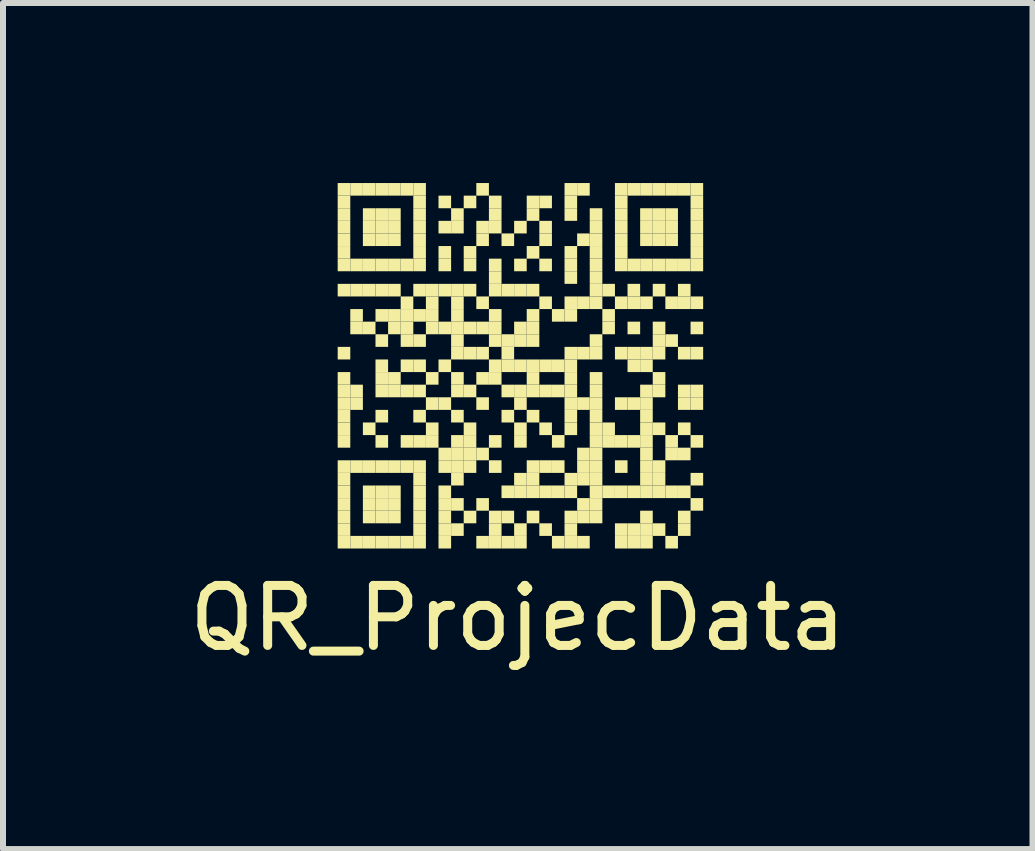
<source format=kicad_pcb>
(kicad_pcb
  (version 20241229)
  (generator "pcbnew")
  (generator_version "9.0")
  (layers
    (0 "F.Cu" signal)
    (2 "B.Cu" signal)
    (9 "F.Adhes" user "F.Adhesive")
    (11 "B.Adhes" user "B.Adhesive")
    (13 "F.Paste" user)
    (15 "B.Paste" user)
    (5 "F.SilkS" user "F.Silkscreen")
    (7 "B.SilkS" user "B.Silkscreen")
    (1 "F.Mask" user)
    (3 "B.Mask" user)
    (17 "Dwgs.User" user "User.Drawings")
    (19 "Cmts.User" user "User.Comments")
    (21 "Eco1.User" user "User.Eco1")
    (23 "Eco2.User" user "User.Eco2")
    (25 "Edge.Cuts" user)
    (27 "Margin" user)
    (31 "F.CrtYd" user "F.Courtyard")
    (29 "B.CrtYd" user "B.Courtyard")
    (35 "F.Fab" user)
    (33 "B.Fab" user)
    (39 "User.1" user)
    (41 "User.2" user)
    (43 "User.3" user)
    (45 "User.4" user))
  (footprint "QR_ProjecData"
    (layer "F.Cu")
    (at 5.577 3)
    (property "Reference" "QR_ProjecData" (at 0 4.25 0) (layer "F.SilkS") (effects (font (size 1 1) (thickness 0.15))))
    (attr exclude_from_pos_files exclude_from_bom)
    (fp_poly (pts (xy -3 -3) (xy -3 -2.79) (xy -2.79 -2.79) (xy -2.79 -3)) (stroke (width 0) (type solid)) (fill yes) (layer "F.SilkS"))
    (fp_poly (pts (xy -3 -2.79) (xy -3 -2.58) (xy -2.79 -2.58) (xy -2.79 -2.79)) (stroke (width 0) (type solid)) (fill yes) (layer "F.SilkS"))
    (fp_poly (pts (xy -3 -2.58) (xy -3 -2.37) (xy -2.79 -2.37) (xy -2.79 -2.58)) (stroke (width 0) (type solid)) (fill yes) (layer "F.SilkS"))
    (fp_poly (pts (xy -3 -2.37) (xy -3 -2.16) (xy -2.79 -2.16) (xy -2.79 -2.37)) (stroke (width 0) (type solid)) (fill yes) (layer "F.SilkS"))
    (fp_poly (pts (xy -3 -2.16) (xy -3 -1.95) (xy -2.79 -1.95) (xy -2.79 -2.16)) (stroke (width 0) (type solid)) (fill yes) (layer "F.SilkS"))
    (fp_poly (pts (xy -3 -1.95) (xy -3 -1.74) (xy -2.79 -1.74) (xy -2.79 -1.95)) (stroke (width 0) (type solid)) (fill yes) (layer "F.SilkS"))
    (fp_poly (pts (xy -3 -1.74) (xy -3 -1.53) (xy -2.79 -1.53) (xy -2.79 -1.74)) (stroke (width 0) (type solid)) (fill yes) (layer "F.SilkS"))
    (fp_poly (pts (xy -3 -1.32) (xy -3 -1.11) (xy -2.79 -1.11) (xy -2.79 -1.32)) (stroke (width 0) (type solid)) (fill yes) (layer "F.SilkS"))
    (fp_poly (pts (xy -3 -0.27) (xy -3 -0.06) (xy -2.79 -0.06) (xy -2.79 -0.27)) (stroke (width 0) (type solid)) (fill yes) (layer "F.SilkS"))
    (fp_poly (pts (xy -3 0.15) (xy -3 0.36) (xy -2.79 0.36) (xy -2.79 0.15)) (stroke (width 0) (type solid)) (fill yes) (layer "F.SilkS"))
    (fp_poly (pts (xy -3 0.36) (xy -3 0.57) (xy -2.79 0.57) (xy -2.79 0.36)) (stroke (width 0) (type solid)) (fill yes) (layer "F.SilkS"))
    (fp_poly (pts (xy -3 0.57) (xy -3 0.78) (xy -2.79 0.78) (xy -2.79 0.57)) (stroke (width 0) (type solid)) (fill yes) (layer "F.SilkS"))
    (fp_poly (pts (xy -3 0.78) (xy -3 0.99) (xy -2.79 0.99) (xy -2.79 0.78)) (stroke (width 0) (type solid)) (fill yes) (layer "F.SilkS"))
    (fp_poly (pts (xy -3 0.99) (xy -3 1.2) (xy -2.79 1.2) (xy -2.79 0.99)) (stroke (width 0) (type solid)) (fill yes) (layer "F.SilkS"))
    (fp_poly (pts (xy -3 1.2) (xy -3 1.41) (xy -2.79 1.41) (xy -2.79 1.2)) (stroke (width 0) (type solid)) (fill yes) (layer "F.SilkS"))
    (fp_poly (pts (xy -3 1.62) (xy -3 1.83) (xy -2.79 1.83) (xy -2.79 1.62)) (stroke (width 0) (type solid)) (fill yes) (layer "F.SilkS"))
    (fp_poly (pts (xy -3 1.83) (xy -3 2.04) (xy -2.79 2.04) (xy -2.79 1.83)) (stroke (width 0) (type solid)) (fill yes) (layer "F.SilkS"))
    (fp_poly (pts (xy -3 2.04) (xy -3 2.25) (xy -2.79 2.25) (xy -2.79 2.04)) (stroke (width 0) (type solid)) (fill yes) (layer "F.SilkS"))
    (fp_poly (pts (xy -3 2.25) (xy -3 2.46) (xy -2.79 2.46) (xy -2.79 2.25)) (stroke (width 0) (type solid)) (fill yes) (layer "F.SilkS"))
    (fp_poly (pts (xy -3 2.46) (xy -3 2.67) (xy -2.79 2.67) (xy -2.79 2.46)) (stroke (width 0) (type solid)) (fill yes) (layer "F.SilkS"))
    (fp_poly (pts (xy -3 2.67) (xy -3 2.88) (xy -2.79 2.88) (xy -2.79 2.67)) (stroke (width 0) (type solid)) (fill yes) (layer "F.SilkS"))
    (fp_poly (pts (xy -3 2.88) (xy -3 3.09) (xy -2.79 3.09) (xy -2.79 2.88)) (stroke (width 0) (type solid)) (fill yes) (layer "F.SilkS"))
    (fp_poly (pts (xy -2.79 -3) (xy -2.79 -2.79) (xy -2.58 -2.79) (xy -2.58 -3)) (stroke (width 0) (type solid)) (fill yes) (layer "F.SilkS"))
    (fp_poly (pts (xy -2.79 -1.74) (xy -2.79 -1.53) (xy -2.58 -1.53) (xy -2.58 -1.74)) (stroke (width 0) (type solid)) (fill yes) (layer "F.SilkS"))
    (fp_poly (pts (xy -2.79 -1.32) (xy -2.79 -1.11) (xy -2.58 -1.11) (xy -2.58 -1.32)) (stroke (width 0) (type solid)) (fill yes) (layer "F.SilkS"))
    (fp_poly (pts (xy -2.79 -0.9) (xy -2.79 -0.69) (xy -2.58 -0.69) (xy -2.58 -0.9)) (stroke (width 0) (type solid)) (fill yes) (layer "F.SilkS"))
    (fp_poly (pts (xy -2.79 -0.69) (xy -2.79 -0.48) (xy -2.58 -0.48) (xy -2.58 -0.69)) (stroke (width 0) (type solid)) (fill yes) (layer "F.SilkS"))
    (fp_poly (pts (xy -2.79 0.36) (xy -2.79 0.57) (xy -2.58 0.57) (xy -2.58 0.36)) (stroke (width 0) (type solid)) (fill yes) (layer "F.SilkS"))
    (fp_poly (pts (xy -2.79 0.57) (xy -2.79 0.78) (xy -2.58 0.78) (xy -2.58 0.57)) (stroke (width 0) (type solid)) (fill yes) (layer "F.SilkS"))
    (fp_poly (pts (xy -2.79 1.62) (xy -2.79 1.83) (xy -2.58 1.83) (xy -2.58 1.62)) (stroke (width 0) (type solid)) (fill yes) (layer "F.SilkS"))
    (fp_poly (pts (xy -2.79 2.88) (xy -2.79 3.09) (xy -2.58 3.09) (xy -2.58 2.88)) (stroke (width 0) (type solid)) (fill yes) (layer "F.SilkS"))
    (fp_poly (pts (xy -2.58 -3) (xy -2.58 -2.79) (xy -2.37 -2.79) (xy -2.37 -3)) (stroke (width 0) (type solid)) (fill yes) (layer "F.SilkS"))
    (fp_poly (pts (xy -2.58 -2.58) (xy -2.58 -2.37) (xy -2.37 -2.37) (xy -2.37 -2.58)) (stroke (width 0) (type solid)) (fill yes) (layer "F.SilkS"))
    (fp_poly (pts (xy -2.58 -2.37) (xy -2.58 -2.16) (xy -2.37 -2.16) (xy -2.37 -2.37)) (stroke (width 0) (type solid)) (fill yes) (layer "F.SilkS"))
    (fp_poly (pts (xy -2.58 -2.16) (xy -2.58 -1.95) (xy -2.37 -1.95) (xy -2.37 -2.16)) (stroke (width 0) (type solid)) (fill yes) (layer "F.SilkS"))
    (fp_poly (pts (xy -2.58 -1.74) (xy -2.58 -1.53) (xy -2.37 -1.53) (xy -2.37 -1.74)) (stroke (width 0) (type solid)) (fill yes) (layer "F.SilkS"))
    (fp_poly (pts (xy -2.58 -1.32) (xy -2.58 -1.11) (xy -2.37 -1.11) (xy -2.37 -1.32)) (stroke (width 0) (type solid)) (fill yes) (layer "F.SilkS"))
    (fp_poly (pts (xy -2.58 -0.69) (xy -2.58 -0.48) (xy -2.37 -0.48) (xy -2.37 -0.69)) (stroke (width 0) (type solid)) (fill yes) (layer "F.SilkS"))
    (fp_poly (pts (xy -2.58 0.99) (xy -2.58 1.2) (xy -2.37 1.2) (xy -2.37 0.99)) (stroke (width 0) (type solid)) (fill yes) (layer "F.SilkS"))
    (fp_poly (pts (xy -2.58 1.62) (xy -2.58 1.83) (xy -2.37 1.83) (xy -2.37 1.62)) (stroke (width 0) (type solid)) (fill yes) (layer "F.SilkS"))
    (fp_poly (pts (xy -2.58 2.04) (xy -2.58 2.25) (xy -2.37 2.25) (xy -2.37 2.04)) (stroke (width 0) (type solid)) (fill yes) (layer "F.SilkS"))
    (fp_poly (pts (xy -2.58 2.25) (xy -2.58 2.46) (xy -2.37 2.46) (xy -2.37 2.25)) (stroke (width 0) (type solid)) (fill yes) (layer "F.SilkS"))
    (fp_poly (pts (xy -2.58 2.46) (xy -2.58 2.67) (xy -2.37 2.67) (xy -2.37 2.46)) (stroke (width 0) (type solid)) (fill yes) (layer "F.SilkS"))
    (fp_poly (pts (xy -2.58 2.88) (xy -2.58 3.09) (xy -2.37 3.09) (xy -2.37 2.88)) (stroke (width 0) (type solid)) (fill yes) (layer "F.SilkS"))
    (fp_poly (pts (xy -2.37 -3) (xy -2.37 -2.79) (xy -2.16 -2.79) (xy -2.16 -3)) (stroke (width 0) (type solid)) (fill yes) (layer "F.SilkS"))
    (fp_poly (pts (xy -2.37 -2.58) (xy -2.37 -2.37) (xy -2.16 -2.37) (xy -2.16 -2.58)) (stroke (width 0) (type solid)) (fill yes) (layer "F.SilkS"))
    (fp_poly (pts (xy -2.37 -2.37) (xy -2.37 -2.16) (xy -2.16 -2.16) (xy -2.16 -2.37)) (stroke (width 0) (type solid)) (fill yes) (layer "F.SilkS"))
    (fp_poly (pts (xy -2.37 -2.16) (xy -2.37 -1.95) (xy -2.16 -1.95) (xy -2.16 -2.16)) (stroke (width 0) (type solid)) (fill yes) (layer "F.SilkS"))
    (fp_poly (pts (xy -2.37 -1.74) (xy -2.37 -1.53) (xy -2.16 -1.53) (xy -2.16 -1.74)) (stroke (width 0) (type solid)) (fill yes) (layer "F.SilkS"))
    (fp_poly (pts (xy -2.37 -1.32) (xy -2.37 -1.11) (xy -2.16 -1.11) (xy -2.16 -1.32)) (stroke (width 0) (type solid)) (fill yes) (layer "F.SilkS"))
    (fp_poly (pts (xy -2.37 -0.9) (xy -2.37 -0.69) (xy -2.16 -0.69) (xy -2.16 -0.9)) (stroke (width 0) (type solid)) (fill yes) (layer "F.SilkS"))
    (fp_poly (pts (xy -2.37 -0.48) (xy -2.37 -0.27) (xy -2.16 -0.27) (xy -2.16 -0.48)) (stroke (width 0) (type solid)) (fill yes) (layer "F.SilkS"))
    (fp_poly (pts (xy -2.37 -0.06) (xy -2.37 0.15) (xy -2.16 0.15) (xy -2.16 -0.06)) (stroke (width 0) (type solid)) (fill yes) (layer "F.SilkS"))
    (fp_poly (pts (xy -2.37 0.15) (xy -2.37 0.36) (xy -2.16 0.36) (xy -2.16 0.15)) (stroke (width 0) (type solid)) (fill yes) (layer "F.SilkS"))
    (fp_poly (pts (xy -2.37 0.36) (xy -2.37 0.57) (xy -2.16 0.57) (xy -2.16 0.36)) (stroke (width 0) (type solid)) (fill yes) (layer "F.SilkS"))
    (fp_poly (pts (xy -2.37 0.78) (xy -2.37 0.99) (xy -2.16 0.99) (xy -2.16 0.78)) (stroke (width 0) (type solid)) (fill yes) (layer "F.SilkS"))
    (fp_poly (pts (xy -2.37 1.2) (xy -2.37 1.41) (xy -2.16 1.41) (xy -2.16 1.2)) (stroke (width 0) (type solid)) (fill yes) (layer "F.SilkS"))
    (fp_poly (pts (xy -2.37 1.62) (xy -2.37 1.83) (xy -2.16 1.83) (xy -2.16 1.62)) (stroke (width 0) (type solid)) (fill yes) (layer "F.SilkS"))
    (fp_poly (pts (xy -2.37 2.04) (xy -2.37 2.25) (xy -2.16 2.25) (xy -2.16 2.04)) (stroke (width 0) (type solid)) (fill yes) (layer "F.SilkS"))
    (fp_poly (pts (xy -2.37 2.25) (xy -2.37 2.46) (xy -2.16 2.46) (xy -2.16 2.25)) (stroke (width 0) (type solid)) (fill yes) (layer "F.SilkS"))
    (fp_poly (pts (xy -2.37 2.46) (xy -2.37 2.67) (xy -2.16 2.67) (xy -2.16 2.46)) (stroke (width 0) (type solid)) (fill yes) (layer "F.SilkS"))
    (fp_poly (pts (xy -2.37 2.88) (xy -2.37 3.09) (xy -2.16 3.09) (xy -2.16 2.88)) (stroke (width 0) (type solid)) (fill yes) (layer "F.SilkS"))
    (fp_poly (pts (xy -2.16 -3) (xy -2.16 -2.79) (xy -1.95 -2.79) (xy -1.95 -3)) (stroke (width 0) (type solid)) (fill yes) (layer "F.SilkS"))
    (fp_poly (pts (xy -2.16 -2.58) (xy -2.16 -2.37) (xy -1.95 -2.37) (xy -1.95 -2.58)) (stroke (width 0) (type solid)) (fill yes) (layer "F.SilkS"))
    (fp_poly (pts (xy -2.16 -2.37) (xy -2.16 -2.16) (xy -1.95 -2.16) (xy -1.95 -2.37)) (stroke (width 0) (type solid)) (fill yes) (layer "F.SilkS"))
    (fp_poly (pts (xy -2.16 -2.16) (xy -2.16 -1.95) (xy -1.95 -1.95) (xy -1.95 -2.16)) (stroke (width 0) (type solid)) (fill yes) (layer "F.SilkS"))
    (fp_poly (pts (xy -2.16 -1.74) (xy -2.16 -1.53) (xy -1.95 -1.53) (xy -1.95 -1.74)) (stroke (width 0) (type solid)) (fill yes) (layer "F.SilkS"))
    (fp_poly (pts (xy -2.16 -1.32) (xy -2.16 -1.11) (xy -1.95 -1.11) (xy -1.95 -1.32)) (stroke (width 0) (type solid)) (fill yes) (layer "F.SilkS"))
    (fp_poly (pts (xy -2.16 -0.9) (xy -2.16 -0.69) (xy -1.95 -0.69) (xy -1.95 -0.9)) (stroke (width 0) (type solid)) (fill yes) (layer "F.SilkS"))
    (fp_poly (pts (xy -2.16 -0.69) (xy -2.16 -0.48) (xy -1.95 -0.48) (xy -1.95 -0.69)) (stroke (width 0) (type solid)) (fill yes) (layer "F.SilkS"))
    (fp_poly (pts (xy -2.16 0.15) (xy -2.16 0.36) (xy -1.95 0.36) (xy -1.95 0.15)) (stroke (width 0) (type solid)) (fill yes) (layer "F.SilkS"))
    (fp_poly (pts (xy -2.16 0.36) (xy -2.16 0.57) (xy -1.95 0.57) (xy -1.95 0.36)) (stroke (width 0) (type solid)) (fill yes) (layer "F.SilkS"))
    (fp_poly (pts (xy -2.16 1.62) (xy -2.16 1.83) (xy -1.95 1.83) (xy -1.95 1.62)) (stroke (width 0) (type solid)) (fill yes) (layer "F.SilkS"))
    (fp_poly (pts (xy -2.16 2.04) (xy -2.16 2.25) (xy -1.95 2.25) (xy -1.95 2.04)) (stroke (width 0) (type solid)) (fill yes) (layer "F.SilkS"))
    (fp_poly (pts (xy -2.16 2.25) (xy -2.16 2.46) (xy -1.95 2.46) (xy -1.95 2.25)) (stroke (width 0) (type solid)) (fill yes) (layer "F.SilkS"))
    (fp_poly (pts (xy -2.16 2.46) (xy -2.16 2.67) (xy -1.95 2.67) (xy -1.95 2.46)) (stroke (width 0) (type solid)) (fill yes) (layer "F.SilkS"))
    (fp_poly (pts (xy -2.16 2.88) (xy -2.16 3.09) (xy -1.95 3.09) (xy -1.95 2.88)) (stroke (width 0) (type solid)) (fill yes) (layer "F.SilkS"))
    (fp_poly (pts (xy -1.95 -3) (xy -1.95 -2.79) (xy -1.74 -2.79) (xy -1.74 -3)) (stroke (width 0) (type solid)) (fill yes) (layer "F.SilkS"))
    (fp_poly (pts (xy -1.95 -1.74) (xy -1.95 -1.53) (xy -1.74 -1.53) (xy -1.74 -1.74)) (stroke (width 0) (type solid)) (fill yes) (layer "F.SilkS"))
    (fp_poly (pts (xy -1.95 -1.11) (xy -1.95 -0.9) (xy -1.74 -0.9) (xy -1.74 -1.11)) (stroke (width 0) (type solid)) (fill yes) (layer "F.SilkS"))
    (fp_poly (pts (xy -1.95 -0.9) (xy -1.95 -0.69) (xy -1.74 -0.69) (xy -1.74 -0.9)) (stroke (width 0) (type solid)) (fill yes) (layer "F.SilkS"))
    (fp_poly (pts (xy -1.95 -0.69) (xy -1.95 -0.48) (xy -1.74 -0.48) (xy -1.74 -0.69)) (stroke (width 0) (type solid)) (fill yes) (layer "F.SilkS"))
    (fp_poly (pts (xy -1.95 -0.48) (xy -1.95 -0.27) (xy -1.74 -0.27) (xy -1.74 -0.48)) (stroke (width 0) (type solid)) (fill yes) (layer "F.SilkS"))
    (fp_poly (pts (xy -1.95 -0.06) (xy -1.95 0.15) (xy -1.74 0.15) (xy -1.74 -0.06)) (stroke (width 0) (type solid)) (fill yes) (layer "F.SilkS"))
    (fp_poly (pts (xy -1.95 0.36) (xy -1.95 0.57) (xy -1.74 0.57) (xy -1.74 0.36)) (stroke (width 0) (type solid)) (fill yes) (layer "F.SilkS"))
    (fp_poly (pts (xy -1.95 1.2) (xy -1.95 1.41) (xy -1.74 1.41) (xy -1.74 1.2)) (stroke (width 0) (type solid)) (fill yes) (layer "F.SilkS"))
    (fp_poly (pts (xy -1.95 1.62) (xy -1.95 1.83) (xy -1.74 1.83) (xy -1.74 1.62)) (stroke (width 0) (type solid)) (fill yes) (layer "F.SilkS"))
    (fp_poly (pts (xy -1.95 2.88) (xy -1.95 3.09) (xy -1.74 3.09) (xy -1.74 2.88)) (stroke (width 0) (type solid)) (fill yes) (layer "F.SilkS"))
    (fp_poly (pts (xy -1.74 -3) (xy -1.74 -2.79) (xy -1.53 -2.79) (xy -1.53 -3)) (stroke (width 0) (type solid)) (fill yes) (layer "F.SilkS"))
    (fp_poly (pts (xy -1.74 -2.79) (xy -1.74 -2.58) (xy -1.53 -2.58) (xy -1.53 -2.79)) (stroke (width 0) (type solid)) (fill yes) (layer "F.SilkS"))
    (fp_poly (pts (xy -1.74 -2.58) (xy -1.74 -2.37) (xy -1.53 -2.37) (xy -1.53 -2.58)) (stroke (width 0) (type solid)) (fill yes) (layer "F.SilkS"))
    (fp_poly (pts (xy -1.74 -2.37) (xy -1.74 -2.16) (xy -1.53 -2.16) (xy -1.53 -2.37)) (stroke (width 0) (type solid)) (fill yes) (layer "F.SilkS"))
    (fp_poly (pts (xy -1.74 -2.16) (xy -1.74 -1.95) (xy -1.53 -1.95) (xy -1.53 -2.16)) (stroke (width 0) (type solid)) (fill yes) (layer "F.SilkS"))
    (fp_poly (pts (xy -1.74 -1.95) (xy -1.74 -1.74) (xy -1.53 -1.74) (xy -1.53 -1.95)) (stroke (width 0) (type solid)) (fill yes) (layer "F.SilkS"))
    (fp_poly (pts (xy -1.74 -1.74) (xy -1.74 -1.53) (xy -1.53 -1.53) (xy -1.53 -1.74)) (stroke (width 0) (type solid)) (fill yes) (layer "F.SilkS"))
    (fp_poly (pts (xy -1.74 -1.32) (xy -1.74 -1.11) (xy -1.53 -1.11) (xy -1.53 -1.32)) (stroke (width 0) (type solid)) (fill yes) (layer "F.SilkS"))
    (fp_poly (pts (xy -1.74 -0.9) (xy -1.74 -0.69) (xy -1.53 -0.69) (xy -1.53 -0.9)) (stroke (width 0) (type solid)) (fill yes) (layer "F.SilkS"))
    (fp_poly (pts (xy -1.74 -0.48) (xy -1.74 -0.27) (xy -1.53 -0.27) (xy -1.53 -0.48)) (stroke (width 0) (type solid)) (fill yes) (layer "F.SilkS"))
    (fp_poly (pts (xy -1.74 -0.06) (xy -1.74 0.15) (xy -1.53 0.15) (xy -1.53 -0.06)) (stroke (width 0) (type solid)) (fill yes) (layer "F.SilkS"))
    (fp_poly (pts (xy -1.74 0.36) (xy -1.74 0.57) (xy -1.53 0.57) (xy -1.53 0.36)) (stroke (width 0) (type solid)) (fill yes) (layer "F.SilkS"))
    (fp_poly (pts (xy -1.74 0.78) (xy -1.74 0.99) (xy -1.53 0.99) (xy -1.53 0.78)) (stroke (width 0) (type solid)) (fill yes) (layer "F.SilkS"))
    (fp_poly (pts (xy -1.74 1.2) (xy -1.74 1.41) (xy -1.53 1.41) (xy -1.53 1.2)) (stroke (width 0) (type solid)) (fill yes) (layer "F.SilkS"))
    (fp_poly (pts (xy -1.74 1.62) (xy -1.74 1.83) (xy -1.53 1.83) (xy -1.53 1.62)) (stroke (width 0) (type solid)) (fill yes) (layer "F.SilkS"))
    (fp_poly (pts (xy -1.74 1.83) (xy -1.74 2.04) (xy -1.53 2.04) (xy -1.53 1.83)) (stroke (width 0) (type solid)) (fill yes) (layer "F.SilkS"))
    (fp_poly (pts (xy -1.74 2.04) (xy -1.74 2.25) (xy -1.53 2.25) (xy -1.53 2.04)) (stroke (width 0) (type solid)) (fill yes) (layer "F.SilkS"))
    (fp_poly (pts (xy -1.74 2.25) (xy -1.74 2.46) (xy -1.53 2.46) (xy -1.53 2.25)) (stroke (width 0) (type solid)) (fill yes) (layer "F.SilkS"))
    (fp_poly (pts (xy -1.74 2.46) (xy -1.74 2.67) (xy -1.53 2.67) (xy -1.53 2.46)) (stroke (width 0) (type solid)) (fill yes) (layer "F.SilkS"))
    (fp_poly (pts (xy -1.74 2.67) (xy -1.74 2.88) (xy -1.53 2.88) (xy -1.53 2.67)) (stroke (width 0) (type solid)) (fill yes) (layer "F.SilkS"))
    (fp_poly (pts (xy -1.74 2.88) (xy -1.74 3.09) (xy -1.53 3.09) (xy -1.53 2.88)) (stroke (width 0) (type solid)) (fill yes) (layer "F.SilkS"))
    (fp_poly (pts (xy -1.53 -1.32) (xy -1.53 -1.11) (xy -1.32 -1.11) (xy -1.32 -1.32)) (stroke (width 0) (type solid)) (fill yes) (layer "F.SilkS"))
    (fp_poly (pts (xy -1.53 -1.11) (xy -1.53 -0.9) (xy -1.32 -0.9) (xy -1.32 -1.11)) (stroke (width 0) (type solid)) (fill yes) (layer "F.SilkS"))
    (fp_poly (pts (xy -1.53 -0.9) (xy -1.53 -0.69) (xy -1.32 -0.69) (xy -1.32 -0.9)) (stroke (width 0) (type solid)) (fill yes) (layer "F.SilkS"))
    (fp_poly (pts (xy -1.53 -0.69) (xy -1.53 -0.48) (xy -1.32 -0.48) (xy -1.32 -0.69)) (stroke (width 0) (type solid)) (fill yes) (layer "F.SilkS"))
    (fp_poly (pts (xy -1.53 0.15) (xy -1.53 0.36) (xy -1.32 0.36) (xy -1.32 0.15)) (stroke (width 0) (type solid)) (fill yes) (layer "F.SilkS"))
    (fp_poly (pts (xy -1.53 0.57) (xy -1.53 0.78) (xy -1.32 0.78) (xy -1.32 0.57)) (stroke (width 0) (type solid)) (fill yes) (layer "F.SilkS"))
    (fp_poly (pts (xy -1.53 0.99) (xy -1.53 1.2) (xy -1.32 1.2) (xy -1.32 0.99)) (stroke (width 0) (type solid)) (fill yes) (layer "F.SilkS"))
    (fp_poly (pts (xy -1.53 1.2) (xy -1.53 1.41) (xy -1.32 1.41) (xy -1.32 1.2)) (stroke (width 0) (type solid)) (fill yes) (layer "F.SilkS"))
    (fp_poly (pts (xy -1.32 -2.79) (xy -1.32 -2.58) (xy -1.11 -2.58) (xy -1.11 -2.79)) (stroke (width 0) (type solid)) (fill yes) (layer "F.SilkS"))
    (fp_poly (pts (xy -1.32 -2.37) (xy -1.32 -2.16) (xy -1.11 -2.16) (xy -1.11 -2.37)) (stroke (width 0) (type solid)) (fill yes) (layer "F.SilkS"))
    (fp_poly (pts (xy -1.32 -1.95) (xy -1.32 -1.74) (xy -1.11 -1.74) (xy -1.11 -1.95)) (stroke (width 0) (type solid)) (fill yes) (layer "F.SilkS"))
    (fp_poly (pts (xy -1.32 -1.74) (xy -1.32 -1.53) (xy -1.11 -1.53) (xy -1.11 -1.74)) (stroke (width 0) (type solid)) (fill yes) (layer "F.SilkS"))
    (fp_poly (pts (xy -1.32 -1.32) (xy -1.32 -1.11) (xy -1.11 -1.11) (xy -1.11 -1.32)) (stroke (width 0) (type solid)) (fill yes) (layer "F.SilkS"))
    (fp_poly (pts (xy -1.32 -0.69) (xy -1.32 -0.48) (xy -1.11 -0.48) (xy -1.11 -0.69)) (stroke (width 0) (type solid)) (fill yes) (layer "F.SilkS"))
    (fp_poly (pts (xy -1.32 -0.06) (xy -1.32 0.15) (xy -1.11 0.15) (xy -1.11 -0.06)) (stroke (width 0) (type solid)) (fill yes) (layer "F.SilkS"))
    (fp_poly (pts (xy -1.32 0.57) (xy -1.32 0.78) (xy -1.11 0.78) (xy -1.11 0.57)) (stroke (width 0) (type solid)) (fill yes) (layer "F.SilkS"))
    (fp_poly (pts (xy -1.32 1.41) (xy -1.32 1.62) (xy -1.11 1.62) (xy -1.11 1.41)) (stroke (width 0) (type solid)) (fill yes) (layer "F.SilkS"))
    (fp_poly (pts (xy -1.32 1.62) (xy -1.32 1.83) (xy -1.11 1.83) (xy -1.11 1.62)) (stroke (width 0) (type solid)) (fill yes) (layer "F.SilkS"))
    (fp_poly (pts (xy -1.32 2.04) (xy -1.32 2.25) (xy -1.11 2.25) (xy -1.11 2.04)) (stroke (width 0) (type solid)) (fill yes) (layer "F.SilkS"))
    (fp_poly (pts (xy -1.32 2.25) (xy -1.32 2.46) (xy -1.11 2.46) (xy -1.11 2.25)) (stroke (width 0) (type solid)) (fill yes) (layer "F.SilkS"))
    (fp_poly (pts (xy -1.32 2.46) (xy -1.32 2.67) (xy -1.11 2.67) (xy -1.11 2.46)) (stroke (width 0) (type solid)) (fill yes) (layer "F.SilkS"))
    (fp_poly (pts (xy -1.32 2.67) (xy -1.32 2.88) (xy -1.11 2.88) (xy -1.11 2.67)) (stroke (width 0) (type solid)) (fill yes) (layer "F.SilkS"))
    (fp_poly (pts (xy -1.32 2.88) (xy -1.32 3.09) (xy -1.11 3.09) (xy -1.11 2.88)) (stroke (width 0) (type solid)) (fill yes) (layer "F.SilkS"))
    (fp_poly (pts (xy -1.11 -2.58) (xy -1.11 -2.37) (xy -0.9 -2.37) (xy -0.9 -2.58)) (stroke (width 0) (type solid)) (fill yes) (layer "F.SilkS"))
    (fp_poly (pts (xy -1.11 -2.37) (xy -1.11 -2.16) (xy -0.9 -2.16) (xy -0.9 -2.37)) (stroke (width 0) (type solid)) (fill yes) (layer "F.SilkS"))
    (fp_poly (pts (xy -1.11 -1.32) (xy -1.11 -1.11) (xy -0.9 -1.11) (xy -0.9 -1.32)) (stroke (width 0) (type solid)) (fill yes) (layer "F.SilkS"))
    (fp_poly (pts (xy -1.11 -1.11) (xy -1.11 -0.9) (xy -0.9 -0.9) (xy -0.9 -1.11)) (stroke (width 0) (type solid)) (fill yes) (layer "F.SilkS"))
    (fp_poly (pts (xy -1.11 -0.9) (xy -1.11 -0.69) (xy -0.9 -0.69) (xy -0.9 -0.9)) (stroke (width 0) (type solid)) (fill yes) (layer "F.SilkS"))
    (fp_poly (pts (xy -1.11 -0.69) (xy -1.11 -0.48) (xy -0.9 -0.48) (xy -0.9 -0.69)) (stroke (width 0) (type solid)) (fill yes) (layer "F.SilkS"))
    (fp_poly (pts (xy -1.11 -0.48) (xy -1.11 -0.27) (xy -0.9 -0.27) (xy -0.9 -0.48)) (stroke (width 0) (type solid)) (fill yes) (layer "F.SilkS"))
    (fp_poly (pts (xy -1.11 -0.27) (xy -1.11 -0.06) (xy -0.9 -0.06) (xy -0.9 -0.27)) (stroke (width 0) (type solid)) (fill yes) (layer "F.SilkS"))
    (fp_poly (pts (xy -1.11 0.15) (xy -1.11 0.36) (xy -0.9 0.36) (xy -0.9 0.15)) (stroke (width 0) (type solid)) (fill yes) (layer "F.SilkS"))
    (fp_poly (pts (xy -1.11 0.36) (xy -1.11 0.57) (xy -0.9 0.57) (xy -0.9 0.36)) (stroke (width 0) (type solid)) (fill yes) (layer "F.SilkS"))
    (fp_poly (pts (xy -1.11 0.78) (xy -1.11 0.99) (xy -0.9 0.99) (xy -0.9 0.78)) (stroke (width 0) (type solid)) (fill yes) (layer "F.SilkS"))
    (fp_poly (pts (xy -1.11 1.2) (xy -1.11 1.41) (xy -0.9 1.41) (xy -0.9 1.2)) (stroke (width 0) (type solid)) (fill yes) (layer "F.SilkS"))
    (fp_poly (pts (xy -1.11 1.41) (xy -1.11 1.62) (xy -0.9 1.62) (xy -0.9 1.41)) (stroke (width 0) (type solid)) (fill yes) (layer "F.SilkS"))
    (fp_poly (pts (xy -1.11 1.62) (xy -1.11 1.83) (xy -0.9 1.83) (xy -0.9 1.62)) (stroke (width 0) (type solid)) (fill yes) (layer "F.SilkS"))
    (fp_poly (pts (xy -1.11 1.83) (xy -1.11 2.04) (xy -0.9 2.04) (xy -0.9 1.83)) (stroke (width 0) (type solid)) (fill yes) (layer "F.SilkS"))
    (fp_poly (pts (xy -1.11 2.25) (xy -1.11 2.46) (xy -0.9 2.46) (xy -0.9 2.25)) (stroke (width 0) (type solid)) (fill yes) (layer "F.SilkS"))
    (fp_poly (pts (xy -1.11 2.67) (xy -1.11 2.88) (xy -0.9 2.88) (xy -0.9 2.67)) (stroke (width 0) (type solid)) (fill yes) (layer "F.SilkS"))
    (fp_poly (pts (xy -0.9 -2.79) (xy -0.9 -2.58) (xy -0.69 -2.58) (xy -0.69 -2.79)) (stroke (width 0) (type solid)) (fill yes) (layer "F.SilkS"))
    (fp_poly (pts (xy -0.9 -1.95) (xy -0.9 -1.74) (xy -0.69 -1.74) (xy -0.69 -1.95)) (stroke (width 0) (type solid)) (fill yes) (layer "F.SilkS"))
    (fp_poly (pts (xy -0.9 -1.74) (xy -0.9 -1.53) (xy -0.69 -1.53) (xy -0.69 -1.74)) (stroke (width 0) (type solid)) (fill yes) (layer "F.SilkS"))
    (fp_poly (pts (xy -0.9 -1.32) (xy -0.9 -1.11) (xy -0.69 -1.11) (xy -0.69 -1.32)) (stroke (width 0) (type solid)) (fill yes) (layer "F.SilkS"))
    (fp_poly (pts (xy -0.9 -0.69) (xy -0.9 -0.48) (xy -0.69 -0.48) (xy -0.69 -0.69)) (stroke (width 0) (type solid)) (fill yes) (layer "F.SilkS"))
    (fp_poly (pts (xy -0.9 -0.27) (xy -0.9 -0.06) (xy -0.69 -0.06) (xy -0.69 -0.27)) (stroke (width 0) (type solid)) (fill yes) (layer "F.SilkS"))
    (fp_poly (pts (xy -0.9 0.36) (xy -0.9 0.57) (xy -0.69 0.57) (xy -0.69 0.36)) (stroke (width 0) (type solid)) (fill yes) (layer "F.SilkS"))
    (fp_poly (pts (xy -0.9 0.99) (xy -0.9 1.2) (xy -0.69 1.2) (xy -0.69 0.99)) (stroke (width 0) (type solid)) (fill yes) (layer "F.SilkS"))
    (fp_poly (pts (xy -0.9 1.2) (xy -0.9 1.41) (xy -0.69 1.41) (xy -0.69 1.2)) (stroke (width 0) (type solid)) (fill yes) (layer "F.SilkS"))
    (fp_poly (pts (xy -0.9 1.41) (xy -0.9 1.62) (xy -0.69 1.62) (xy -0.69 1.41)) (stroke (width 0) (type solid)) (fill yes) (layer "F.SilkS"))
    (fp_poly (pts (xy -0.9 1.62) (xy -0.9 1.83) (xy -0.69 1.83) (xy -0.69 1.62)) (stroke (width 0) (type solid)) (fill yes) (layer "F.SilkS"))
    (fp_poly (pts (xy -0.9 2.46) (xy -0.9 2.67) (xy -0.69 2.67) (xy -0.69 2.46)) (stroke (width 0) (type solid)) (fill yes) (layer "F.SilkS"))
    (fp_poly (pts (xy -0.69 -3) (xy -0.69 -2.79) (xy -0.48 -2.79) (xy -0.48 -3)) (stroke (width 0) (type solid)) (fill yes) (layer "F.SilkS"))
    (fp_poly (pts (xy -0.69 -2.37) (xy -0.69 -2.16) (xy -0.48 -2.16) (xy -0.48 -2.37)) (stroke (width 0) (type solid)) (fill yes) (layer "F.SilkS"))
    (fp_poly (pts (xy -0.69 -2.16) (xy -0.69 -1.95) (xy -0.48 -1.95) (xy -0.48 -2.16)) (stroke (width 0) (type solid)) (fill yes) (layer "F.SilkS"))
    (fp_poly (pts (xy -0.69 -1.11) (xy -0.69 -0.9) (xy -0.48 -0.9) (xy -0.48 -1.11)) (stroke (width 0) (type solid)) (fill yes) (layer "F.SilkS"))
    (fp_poly (pts (xy -0.69 -0.69) (xy -0.69 -0.48) (xy -0.48 -0.48) (xy -0.48 -0.69)) (stroke (width 0) (type solid)) (fill yes) (layer "F.SilkS"))
    (fp_poly (pts (xy -0.69 -0.27) (xy -0.69 -0.06) (xy -0.48 -0.06) (xy -0.48 -0.27)) (stroke (width 0) (type solid)) (fill yes) (layer "F.SilkS"))
    (fp_poly (pts (xy -0.69 0.15) (xy -0.69 0.36) (xy -0.48 0.36) (xy -0.48 0.15)) (stroke (width 0) (type solid)) (fill yes) (layer "F.SilkS"))
    (fp_poly (pts (xy -0.69 0.57) (xy -0.69 0.78) (xy -0.48 0.78) (xy -0.48 0.57)) (stroke (width 0) (type solid)) (fill yes) (layer "F.SilkS"))
    (fp_poly (pts (xy -0.69 1.41) (xy -0.69 1.62) (xy -0.48 1.62) (xy -0.48 1.41)) (stroke (width 0) (type solid)) (fill yes) (layer "F.SilkS"))
    (fp_poly (pts (xy -0.69 2.25) (xy -0.69 2.46) (xy -0.48 2.46) (xy -0.48 2.25)) (stroke (width 0) (type solid)) (fill yes) (layer "F.SilkS"))
    (fp_poly (pts (xy -0.69 2.88) (xy -0.69 3.09) (xy -0.48 3.09) (xy -0.48 2.88)) (stroke (width 0) (type solid)) (fill yes) (layer "F.SilkS"))
    (fp_poly (pts (xy -0.48 -2.79) (xy -0.48 -2.58) (xy -0.27 -2.58) (xy -0.27 -2.79)) (stroke (width 0) (type solid)) (fill yes) (layer "F.SilkS"))
    (fp_poly (pts (xy -0.48 -2.58) (xy -0.48 -2.37) (xy -0.27 -2.37) (xy -0.27 -2.58)) (stroke (width 0) (type solid)) (fill yes) (layer "F.SilkS"))
    (fp_poly (pts (xy -0.48 -2.37) (xy -0.48 -2.16) (xy -0.27 -2.16) (xy -0.27 -2.37)) (stroke (width 0) (type solid)) (fill yes) (layer "F.SilkS"))
    (fp_poly (pts (xy -0.48 -1.74) (xy -0.48 -1.53) (xy -0.27 -1.53) (xy -0.27 -1.74)) (stroke (width 0) (type solid)) (fill yes) (layer "F.SilkS"))
    (fp_poly (pts (xy -0.48 -1.53) (xy -0.48 -1.32) (xy -0.27 -1.32) (xy -0.27 -1.53)) (stroke (width 0) (type solid)) (fill yes) (layer "F.SilkS"))
    (fp_poly (pts (xy -0.48 -1.32) (xy -0.48 -1.11) (xy -0.27 -1.11) (xy -0.27 -1.32)) (stroke (width 0) (type solid)) (fill yes) (layer "F.SilkS"))
    (fp_poly (pts (xy -0.48 -0.9) (xy -0.48 -0.69) (xy -0.27 -0.69) (xy -0.27 -0.9)) (stroke (width 0) (type solid)) (fill yes) (layer "F.SilkS"))
    (fp_poly (pts (xy -0.48 -0.69) (xy -0.48 -0.48) (xy -0.27 -0.48) (xy -0.27 -0.69)) (stroke (width 0) (type solid)) (fill yes) (layer "F.SilkS"))
    (fp_poly (pts (xy -0.48 -0.48) (xy -0.48 -0.27) (xy -0.27 -0.27) (xy -0.27 -0.48)) (stroke (width 0) (type solid)) (fill yes) (layer "F.SilkS"))
    (fp_poly (pts (xy -0.48 -0.06) (xy -0.48 0.15) (xy -0.27 0.15) (xy -0.27 -0.06)) (stroke (width 0) (type solid)) (fill yes) (layer "F.SilkS"))
    (fp_poly (pts (xy -0.48 0.15) (xy -0.48 0.36) (xy -0.27 0.36) (xy -0.27 0.15)) (stroke (width 0) (type solid)) (fill yes) (layer "F.SilkS"))
    (fp_poly (pts (xy -0.48 1.2) (xy -0.48 1.41) (xy -0.27 1.41) (xy -0.27 1.2)) (stroke (width 0) (type solid)) (fill yes) (layer "F.SilkS"))
    (fp_poly (pts (xy -0.48 1.62) (xy -0.48 1.83) (xy -0.27 1.83) (xy -0.27 1.62)) (stroke (width 0) (type solid)) (fill yes) (layer "F.SilkS"))
    (fp_poly (pts (xy -0.48 2.46) (xy -0.48 2.67) (xy -0.27 2.67) (xy -0.27 2.46)) (stroke (width 0) (type solid)) (fill yes) (layer "F.SilkS"))
    (fp_poly (pts (xy -0.48 2.67) (xy -0.48 2.88) (xy -0.27 2.88) (xy -0.27 2.67)) (stroke (width 0) (type solid)) (fill yes) (layer "F.SilkS"))
    (fp_poly (pts (xy -0.48 2.88) (xy -0.48 3.09) (xy -0.27 3.09) (xy -0.27 2.88)) (stroke (width 0) (type solid)) (fill yes) (layer "F.SilkS"))
    (fp_poly (pts (xy -0.27 -2.16) (xy -0.27 -1.95) (xy -0.06 -1.95) (xy -0.06 -2.16)) (stroke (width 0) (type solid)) (fill yes) (layer "F.SilkS"))
    (fp_poly (pts (xy -0.27 -1.32) (xy -0.27 -1.11) (xy -0.06 -1.11) (xy -0.06 -1.32)) (stroke (width 0) (type solid)) (fill yes) (layer "F.SilkS"))
    (fp_poly (pts (xy -0.27 -0.48) (xy -0.27 -0.27) (xy -0.06 -0.27) (xy -0.06 -0.48)) (stroke (width 0) (type solid)) (fill yes) (layer "F.SilkS"))
    (fp_poly (pts (xy -0.27 -0.27) (xy -0.27 -0.06) (xy -0.06 -0.06) (xy -0.06 -0.27)) (stroke (width 0) (type solid)) (fill yes) (layer "F.SilkS"))
    (fp_poly (pts (xy -0.27 -0.06) (xy -0.27 0.15) (xy -0.06 0.15) (xy -0.06 -0.06)) (stroke (width 0) (type solid)) (fill yes) (layer "F.SilkS"))
    (fp_poly (pts (xy -0.27 0.36) (xy -0.27 0.57) (xy -0.06 0.57) (xy -0.06 0.36)) (stroke (width 0) (type solid)) (fill yes) (layer "F.SilkS"))
    (fp_poly (pts (xy -0.27 0.78) (xy -0.27 0.99) (xy -0.06 0.99) (xy -0.06 0.78)) (stroke (width 0) (type solid)) (fill yes) (layer "F.SilkS"))
    (fp_poly (pts (xy -0.27 2.04) (xy -0.27 2.25) (xy -0.06 2.25) (xy -0.06 2.04)) (stroke (width 0) (type solid)) (fill yes) (layer "F.SilkS"))
    (fp_poly (pts (xy -0.27 2.46) (xy -0.27 2.67) (xy -0.06 2.67) (xy -0.06 2.46)) (stroke (width 0) (type solid)) (fill yes) (layer "F.SilkS"))
    (fp_poly (pts (xy -0.27 2.88) (xy -0.27 3.09) (xy -0.06 3.09) (xy -0.06 2.88)) (stroke (width 0) (type solid)) (fill yes) (layer "F.SilkS"))
    (fp_poly (pts (xy -0.06 -2.37) (xy -0.06 -2.16) (xy 0.15 -2.16) (xy 0.15 -2.37)) (stroke (width 0) (type solid)) (fill yes) (layer "F.SilkS"))
    (fp_poly (pts (xy -0.06 -1.74) (xy -0.06 -1.53) (xy 0.15 -1.53) (xy 0.15 -1.74)) (stroke (width 0) (type solid)) (fill yes) (layer "F.SilkS"))
    (fp_poly (pts (xy -0.06 -1.32) (xy -0.06 -1.11) (xy 0.15 -1.11) (xy 0.15 -1.32)) (stroke (width 0) (type solid)) (fill yes) (layer "F.SilkS"))
    (fp_poly (pts (xy -0.06 -0.69) (xy -0.06 -0.48) (xy 0.15 -0.48) (xy 0.15 -0.69)) (stroke (width 0) (type solid)) (fill yes) (layer "F.SilkS"))
    (fp_poly (pts (xy -0.06 -0.48) (xy -0.06 -0.27) (xy 0.15 -0.27) (xy 0.15 -0.48)) (stroke (width 0) (type solid)) (fill yes) (layer "F.SilkS"))
    (fp_poly (pts (xy -0.06 -0.06) (xy -0.06 0.15) (xy 0.15 0.15) (xy 0.15 -0.06)) (stroke (width 0) (type solid)) (fill yes) (layer "F.SilkS"))
    (fp_poly (pts (xy -0.06 0.36) (xy -0.06 0.57) (xy 0.15 0.57) (xy 0.15 0.36)) (stroke (width 0) (type solid)) (fill yes) (layer "F.SilkS"))
    (fp_poly (pts (xy -0.06 0.57) (xy -0.06 0.78) (xy 0.15 0.78) (xy 0.15 0.57)) (stroke (width 0) (type solid)) (fill yes) (layer "F.SilkS"))
    (fp_poly (pts (xy -0.06 0.99) (xy -0.06 1.2) (xy 0.15 1.2) (xy 0.15 0.99)) (stroke (width 0) (type solid)) (fill yes) (layer "F.SilkS"))
    (fp_poly (pts (xy -0.06 1.2) (xy -0.06 1.41) (xy 0.15 1.41) (xy 0.15 1.2)) (stroke (width 0) (type solid)) (fill yes) (layer "F.SilkS"))
    (fp_poly (pts (xy -0.06 1.83) (xy -0.06 2.04) (xy 0.15 2.04) (xy 0.15 1.83)) (stroke (width 0) (type solid)) (fill yes) (layer "F.SilkS"))
    (fp_poly (pts (xy -0.06 2.04) (xy -0.06 2.25) (xy 0.15 2.25) (xy 0.15 2.04)) (stroke (width 0) (type solid)) (fill yes) (layer "F.SilkS"))
    (fp_poly (pts (xy -0.06 2.67) (xy -0.06 2.88) (xy 0.15 2.88) (xy 0.15 2.67)) (stroke (width 0) (type solid)) (fill yes) (layer "F.SilkS"))
    (fp_poly (pts (xy -0.06 2.88) (xy -0.06 3.09) (xy 0.15 3.09) (xy 0.15 2.88)) (stroke (width 0) (type solid)) (fill yes) (layer "F.SilkS"))
    (fp_poly (pts (xy 0.15 -2.79) (xy 0.15 -2.58) (xy 0.36 -2.58) (xy 0.36 -2.79)) (stroke (width 0) (type solid)) (fill yes) (layer "F.SilkS"))
    (fp_poly (pts (xy 0.15 -2.58) (xy 0.15 -2.37) (xy 0.36 -2.37) (xy 0.36 -2.58)) (stroke (width 0) (type solid)) (fill yes) (layer "F.SilkS"))
    (fp_poly (pts (xy 0.15 -1.95) (xy 0.15 -1.74) (xy 0.36 -1.74) (xy 0.36 -1.95)) (stroke (width 0) (type solid)) (fill yes) (layer "F.SilkS"))
    (fp_poly (pts (xy 0.15 -1.32) (xy 0.15 -1.11) (xy 0.36 -1.11) (xy 0.36 -1.32)) (stroke (width 0) (type solid)) (fill yes) (layer "F.SilkS"))
    (fp_poly (pts (xy 0.15 -0.9) (xy 0.15 -0.69) (xy 0.36 -0.69) (xy 0.36 -0.9)) (stroke (width 0) (type solid)) (fill yes) (layer "F.SilkS"))
    (fp_poly (pts (xy 0.15 -0.69) (xy 0.15 -0.48) (xy 0.36 -0.48) (xy 0.36 -0.69)) (stroke (width 0) (type solid)) (fill yes) (layer "F.SilkS"))
    (fp_poly (pts (xy 0.15 -0.48) (xy 0.15 -0.27) (xy 0.36 -0.27) (xy 0.36 -0.48)) (stroke (width 0) (type solid)) (fill yes) (layer "F.SilkS"))
    (fp_poly (pts (xy 0.15 -0.06) (xy 0.15 0.15) (xy 0.36 0.15) (xy 0.36 -0.06)) (stroke (width 0) (type solid)) (fill yes) (layer "F.SilkS"))
    (fp_poly (pts (xy 0.15 0.15) (xy 0.15 0.36) (xy 0.36 0.36) (xy 0.36 0.15)) (stroke (width 0) (type solid)) (fill yes) (layer "F.SilkS"))
    (fp_poly (pts (xy 0.15 0.36) (xy 0.15 0.57) (xy 0.36 0.57) (xy 0.36 0.36)) (stroke (width 0) (type solid)) (fill yes) (layer "F.SilkS"))
    (fp_poly (pts (xy 0.15 0.78) (xy 0.15 0.99) (xy 0.36 0.99) (xy 0.36 0.78)) (stroke (width 0) (type solid)) (fill yes) (layer "F.SilkS"))
    (fp_poly (pts (xy 0.15 1.62) (xy 0.15 1.83) (xy 0.36 1.83) (xy 0.36 1.62)) (stroke (width 0) (type solid)) (fill yes) (layer "F.SilkS"))
    (fp_poly (pts (xy 0.15 1.83) (xy 0.15 2.04) (xy 0.36 2.04) (xy 0.36 1.83)) (stroke (width 0) (type solid)) (fill yes) (layer "F.SilkS"))
    (fp_poly (pts (xy 0.15 2.04) (xy 0.15 2.25) (xy 0.36 2.25) (xy 0.36 2.04)) (stroke (width 0) (type solid)) (fill yes) (layer "F.SilkS"))
    (fp_poly (pts (xy 0.15 2.46) (xy 0.15 2.67) (xy 0.36 2.67) (xy 0.36 2.46)) (stroke (width 0) (type solid)) (fill yes) (layer "F.SilkS"))
    (fp_poly (pts (xy 0.36 -2.79) (xy 0.36 -2.58) (xy 0.57 -2.58) (xy 0.57 -2.79)) (stroke (width 0) (type solid)) (fill yes) (layer "F.SilkS"))
    (fp_poly (pts (xy 0.36 -2.37) (xy 0.36 -2.16) (xy 0.57 -2.16) (xy 0.57 -2.37)) (stroke (width 0) (type solid)) (fill yes) (layer "F.SilkS"))
    (fp_poly (pts (xy 0.36 -2.16) (xy 0.36 -1.95) (xy 0.57 -1.95) (xy 0.57 -2.16)) (stroke (width 0) (type solid)) (fill yes) (layer "F.SilkS"))
    (fp_poly (pts (xy 0.36 -1.74) (xy 0.36 -1.53) (xy 0.57 -1.53) (xy 0.57 -1.74)) (stroke (width 0) (type solid)) (fill yes) (layer "F.SilkS"))
    (fp_poly (pts (xy 0.36 -1.11) (xy 0.36 -0.9) (xy 0.57 -0.9) (xy 0.57 -1.11)) (stroke (width 0) (type solid)) (fill yes) (layer "F.SilkS"))
    (fp_poly (pts (xy 0.36 -0.06) (xy 0.36 0.15) (xy 0.57 0.15) (xy 0.57 -0.06)) (stroke (width 0) (type solid)) (fill yes) (layer "F.SilkS"))
    (fp_poly (pts (xy 0.36 0.36) (xy 0.36 0.57) (xy 0.57 0.57) (xy 0.57 0.36)) (stroke (width 0) (type solid)) (fill yes) (layer "F.SilkS"))
    (fp_poly (pts (xy 0.36 0.99) (xy 0.36 1.2) (xy 0.57 1.2) (xy 0.57 0.99)) (stroke (width 0) (type solid)) (fill yes) (layer "F.SilkS"))
    (fp_poly (pts (xy 0.36 1.62) (xy 0.36 1.83) (xy 0.57 1.83) (xy 0.57 1.62)) (stroke (width 0) (type solid)) (fill yes) (layer "F.SilkS"))
    (fp_poly (pts (xy 0.36 2.04) (xy 0.36 2.25) (xy 0.57 2.25) (xy 0.57 2.04)) (stroke (width 0) (type solid)) (fill yes) (layer "F.SilkS"))
    (fp_poly (pts (xy 0.36 2.67) (xy 0.36 2.88) (xy 0.57 2.88) (xy 0.57 2.67)) (stroke (width 0) (type solid)) (fill yes) (layer "F.SilkS"))
    (fp_poly (pts (xy 0.57 -0.9) (xy 0.57 -0.69) (xy 0.78 -0.69) (xy 0.78 -0.9)) (stroke (width 0) (type solid)) (fill yes) (layer "F.SilkS"))
    (fp_poly (pts (xy 0.57 -0.06) (xy 0.57 0.15) (xy 0.78 0.15) (xy 0.78 -0.06)) (stroke (width 0) (type solid)) (fill yes) (layer "F.SilkS"))
    (fp_poly (pts (xy 0.57 0.36) (xy 0.57 0.57) (xy 0.78 0.57) (xy 0.78 0.36)) (stroke (width 0) (type solid)) (fill yes) (layer "F.SilkS"))
    (fp_poly (pts (xy 0.57 1.2) (xy 0.57 1.41) (xy 0.78 1.41) (xy 0.78 1.2)) (stroke (width 0) (type solid)) (fill yes) (layer "F.SilkS"))
    (fp_poly (pts (xy 0.57 1.62) (xy 0.57 1.83) (xy 0.78 1.83) (xy 0.78 1.62)) (stroke (width 0) (type solid)) (fill yes) (layer "F.SilkS"))
    (fp_poly (pts (xy 0.57 2.04) (xy 0.57 2.25) (xy 0.78 2.25) (xy 0.78 2.04)) (stroke (width 0) (type solid)) (fill yes) (layer "F.SilkS"))
    (fp_poly (pts (xy 0.57 2.88) (xy 0.57 3.09) (xy 0.78 3.09) (xy 0.78 2.88)) (stroke (width 0) (type solid)) (fill yes) (layer "F.SilkS"))
    (fp_poly (pts (xy 0.78 -3) (xy 0.78 -2.79) (xy 0.99 -2.79) (xy 0.99 -3)) (stroke (width 0) (type solid)) (fill yes) (layer "F.SilkS"))
    (fp_poly (pts (xy 0.78 -2.79) (xy 0.78 -2.58) (xy 0.99 -2.58) (xy 0.99 -2.79)) (stroke (width 0) (type solid)) (fill yes) (layer "F.SilkS"))
    (fp_poly (pts (xy 0.78 -2.58) (xy 0.78 -2.37) (xy 0.99 -2.37) (xy 0.99 -2.58)) (stroke (width 0) (type solid)) (fill yes) (layer "F.SilkS"))
    (fp_poly (pts (xy 0.78 -1.95) (xy 0.78 -1.74) (xy 0.99 -1.74) (xy 0.99 -1.95)) (stroke (width 0) (type solid)) (fill yes) (layer "F.SilkS"))
    (fp_poly (pts (xy 0.78 -1.74) (xy 0.78 -1.53) (xy 0.99 -1.53) (xy 0.99 -1.74)) (stroke (width 0) (type solid)) (fill yes) (layer "F.SilkS"))
    (fp_poly (pts (xy 0.78 -1.53) (xy 0.78 -1.32) (xy 0.99 -1.32) (xy 0.99 -1.53)) (stroke (width 0) (type solid)) (fill yes) (layer "F.SilkS"))
    (fp_poly (pts (xy 0.78 -1.11) (xy 0.78 -0.9) (xy 0.99 -0.9) (xy 0.99 -1.11)) (stroke (width 0) (type solid)) (fill yes) (layer "F.SilkS"))
    (fp_poly (pts (xy 0.78 -0.9) (xy 0.78 -0.69) (xy 0.99 -0.69) (xy 0.99 -0.9)) (stroke (width 0) (type solid)) (fill yes) (layer "F.SilkS"))
    (fp_poly (pts (xy 0.78 -0.27) (xy 0.78 -0.06) (xy 0.99 -0.06) (xy 0.99 -0.27)) (stroke (width 0) (type solid)) (fill yes) (layer "F.SilkS"))
    (fp_poly (pts (xy 0.78 -0.06) (xy 0.78 0.15) (xy 0.99 0.15) (xy 0.99 -0.06)) (stroke (width 0) (type solid)) (fill yes) (layer "F.SilkS"))
    (fp_poly (pts (xy 0.78 0.15) (xy 0.78 0.36) (xy 0.99 0.36) (xy 0.99 0.15)) (stroke (width 0) (type solid)) (fill yes) (layer "F.SilkS"))
    (fp_poly (pts (xy 0.78 0.36) (xy 0.78 0.57) (xy 0.99 0.57) (xy 0.99 0.36)) (stroke (width 0) (type solid)) (fill yes) (layer "F.SilkS"))
    (fp_poly (pts (xy 0.78 0.57) (xy 0.78 0.78) (xy 0.99 0.78) (xy 0.99 0.57)) (stroke (width 0) (type solid)) (fill yes) (layer "F.SilkS"))
    (fp_poly (pts (xy 0.78 0.78) (xy 0.78 0.99) (xy 0.99 0.99) (xy 0.99 0.78)) (stroke (width 0) (type solid)) (fill yes) (layer "F.SilkS"))
    (fp_poly (pts (xy 0.78 0.99) (xy 0.78 1.2) (xy 0.99 1.2) (xy 0.99 0.99)) (stroke (width 0) (type solid)) (fill yes) (layer "F.SilkS"))
    (fp_poly (pts (xy 0.78 1.83) (xy 0.78 2.04) (xy 0.99 2.04) (xy 0.99 1.83)) (stroke (width 0) (type solid)) (fill yes) (layer "F.SilkS"))
    (fp_poly (pts (xy 0.78 2.04) (xy 0.78 2.25) (xy 0.99 2.25) (xy 0.99 2.04)) (stroke (width 0) (type solid)) (fill yes) (layer "F.SilkS"))
    (fp_poly (pts (xy 0.78 2.46) (xy 0.78 2.67) (xy 0.99 2.67) (xy 0.99 2.46)) (stroke (width 0) (type solid)) (fill yes) (layer "F.SilkS"))
    (fp_poly (pts (xy 0.78 2.67) (xy 0.78 2.88) (xy 0.99 2.88) (xy 0.99 2.67)) (stroke (width 0) (type solid)) (fill yes) (layer "F.SilkS"))
    (fp_poly (pts (xy 0.78 2.88) (xy 0.78 3.09) (xy 0.99 3.09) (xy 0.99 2.88)) (stroke (width 0) (type solid)) (fill yes) (layer "F.SilkS"))
    (fp_poly (pts (xy 0.99 -3) (xy 0.99 -2.79) (xy 1.2 -2.79) (xy 1.2 -3)) (stroke (width 0) (type solid)) (fill yes) (layer "F.SilkS"))
    (fp_poly (pts (xy 0.99 -2.16) (xy 0.99 -1.95) (xy 1.2 -1.95) (xy 1.2 -2.16)) (stroke (width 0) (type solid)) (fill yes) (layer "F.SilkS"))
    (fp_poly (pts (xy 0.99 -1.11) (xy 0.99 -0.9) (xy 1.2 -0.9) (xy 1.2 -1.11)) (stroke (width 0) (type solid)) (fill yes) (layer "F.SilkS"))
    (fp_poly (pts (xy 0.99 -0.27) (xy 0.99 -0.06) (xy 1.2 -0.06) (xy 1.2 -0.27)) (stroke (width 0) (type solid)) (fill yes) (layer "F.SilkS"))
    (fp_poly (pts (xy 0.99 0.57) (xy 0.99 0.78) (xy 1.2 0.78) (xy 1.2 0.57)) (stroke (width 0) (type solid)) (fill yes) (layer "F.SilkS"))
    (fp_poly (pts (xy 0.99 1.41) (xy 0.99 1.62) (xy 1.2 1.62) (xy 1.2 1.41)) (stroke (width 0) (type solid)) (fill yes) (layer "F.SilkS"))
    (fp_poly (pts (xy 0.99 1.62) (xy 0.99 1.83) (xy 1.2 1.83) (xy 1.2 1.62)) (stroke (width 0) (type solid)) (fill yes) (layer "F.SilkS"))
    (fp_poly (pts (xy 0.99 1.83) (xy 0.99 2.04) (xy 1.2 2.04) (xy 1.2 1.83)) (stroke (width 0) (type solid)) (fill yes) (layer "F.SilkS"))
    (fp_poly (pts (xy 0.99 2.25) (xy 0.99 2.46) (xy 1.2 2.46) (xy 1.2 2.25)) (stroke (width 0) (type solid)) (fill yes) (layer "F.SilkS"))
    (fp_poly (pts (xy 0.99 2.46) (xy 0.99 2.67) (xy 1.2 2.67) (xy 1.2 2.46)) (stroke (width 0) (type solid)) (fill yes) (layer "F.SilkS"))
    (fp_poly (pts (xy 0.99 2.88) (xy 0.99 3.09) (xy 1.2 3.09) (xy 1.2 2.88)) (stroke (width 0) (type solid)) (fill yes) (layer "F.SilkS"))
    (fp_poly (pts (xy 1.2 -2.58) (xy 1.2 -2.37) (xy 1.41 -2.37) (xy 1.41 -2.58)) (stroke (width 0) (type solid)) (fill yes) (layer "F.SilkS"))
    (fp_poly (pts (xy 1.2 -2.37) (xy 1.2 -2.16) (xy 1.41 -2.16) (xy 1.41 -2.37)) (stroke (width 0) (type solid)) (fill yes) (layer "F.SilkS"))
    (fp_poly (pts (xy 1.2 -2.16) (xy 1.2 -1.95) (xy 1.41 -1.95) (xy 1.41 -2.16)) (stroke (width 0) (type solid)) (fill yes) (layer "F.SilkS"))
    (fp_poly (pts (xy 1.2 -1.95) (xy 1.2 -1.74) (xy 1.41 -1.74) (xy 1.41 -1.95)) (stroke (width 0) (type solid)) (fill yes) (layer "F.SilkS"))
    (fp_poly (pts (xy 1.2 -1.74) (xy 1.2 -1.53) (xy 1.41 -1.53) (xy 1.41 -1.74)) (stroke (width 0) (type solid)) (fill yes) (layer "F.SilkS"))
    (fp_poly (pts (xy 1.2 -1.53) (xy 1.2 -1.32) (xy 1.41 -1.32) (xy 1.41 -1.53)) (stroke (width 0) (type solid)) (fill yes) (layer "F.SilkS"))
    (fp_poly (pts (xy 1.2 -1.32) (xy 1.2 -1.11) (xy 1.41 -1.11) (xy 1.41 -1.32)) (stroke (width 0) (type solid)) (fill yes) (layer "F.SilkS"))
    (fp_poly (pts (xy 1.2 -1.11) (xy 1.2 -0.9) (xy 1.41 -0.9) (xy 1.41 -1.11)) (stroke (width 0) (type solid)) (fill yes) (layer "F.SilkS"))
    (fp_poly (pts (xy 1.2 -0.48) (xy 1.2 -0.27) (xy 1.41 -0.27) (xy 1.41 -0.48)) (stroke (width 0) (type solid)) (fill yes) (layer "F.SilkS"))
    (fp_poly (pts (xy 1.2 -0.27) (xy 1.2 -0.06) (xy 1.41 -0.06) (xy 1.41 -0.27)) (stroke (width 0) (type solid)) (fill yes) (layer "F.SilkS"))
    (fp_poly (pts (xy 1.2 0.15) (xy 1.2 0.36) (xy 1.41 0.36) (xy 1.41 0.15)) (stroke (width 0) (type solid)) (fill yes) (layer "F.SilkS"))
    (fp_poly (pts (xy 1.2 0.36) (xy 1.2 0.57) (xy 1.41 0.57) (xy 1.41 0.36)) (stroke (width 0) (type solid)) (fill yes) (layer "F.SilkS"))
    (fp_poly (pts (xy 1.2 0.57) (xy 1.2 0.78) (xy 1.41 0.78) (xy 1.41 0.57)) (stroke (width 0) (type solid)) (fill yes) (layer "F.SilkS"))
    (fp_poly (pts (xy 1.2 0.78) (xy 1.2 0.99) (xy 1.41 0.99) (xy 1.41 0.78)) (stroke (width 0) (type solid)) (fill yes) (layer "F.SilkS"))
    (fp_poly (pts (xy 1.2 0.99) (xy 1.2 1.2) (xy 1.41 1.2) (xy 1.41 0.99)) (stroke (width 0) (type solid)) (fill yes) (layer "F.SilkS"))
    (fp_poly (pts (xy 1.2 1.2) (xy 1.2 1.41) (xy 1.41 1.41) (xy 1.41 1.2)) (stroke (width 0) (type solid)) (fill yes) (layer "F.SilkS"))
    (fp_poly (pts (xy 1.2 1.41) (xy 1.2 1.62) (xy 1.41 1.62) (xy 1.41 1.41)) (stroke (width 0) (type solid)) (fill yes) (layer "F.SilkS"))
    (fp_poly (pts (xy 1.2 1.62) (xy 1.2 1.83) (xy 1.41 1.83) (xy 1.41 1.62)) (stroke (width 0) (type solid)) (fill yes) (layer "F.SilkS"))
    (fp_poly (pts (xy 1.2 1.83) (xy 1.2 2.04) (xy 1.41 2.04) (xy 1.41 1.83)) (stroke (width 0) (type solid)) (fill yes) (layer "F.SilkS"))
    (fp_poly (pts (xy 1.2 2.04) (xy 1.2 2.25) (xy 1.41 2.25) (xy 1.41 2.04)) (stroke (width 0) (type solid)) (fill yes) (layer "F.SilkS"))
    (fp_poly (pts (xy 1.2 2.25) (xy 1.2 2.46) (xy 1.41 2.46) (xy 1.41 2.25)) (stroke (width 0) (type solid)) (fill yes) (layer "F.SilkS"))
    (fp_poly (pts (xy 1.2 2.46) (xy 1.2 2.67) (xy 1.41 2.67) (xy 1.41 2.46)) (stroke (width 0) (type solid)) (fill yes) (layer "F.SilkS"))
    (fp_poly (pts (xy 1.41 -1.32) (xy 1.41 -1.11) (xy 1.62 -1.11) (xy 1.62 -1.32)) (stroke (width 0) (type solid)) (fill yes) (layer "F.SilkS"))
    (fp_poly (pts (xy 1.41 -0.9) (xy 1.41 -0.69) (xy 1.62 -0.69) (xy 1.62 -0.9)) (stroke (width 0) (type solid)) (fill yes) (layer "F.SilkS"))
    (fp_poly (pts (xy 1.41 -0.69) (xy 1.41 -0.48) (xy 1.62 -0.48) (xy 1.62 -0.69)) (stroke (width 0) (type solid)) (fill yes) (layer "F.SilkS"))
    (fp_poly (pts (xy 1.41 0.99) (xy 1.41 1.2) (xy 1.62 1.2) (xy 1.62 0.99)) (stroke (width 0) (type solid)) (fill yes) (layer "F.SilkS"))
    (fp_poly (pts (xy 1.41 1.2) (xy 1.41 1.41) (xy 1.62 1.41) (xy 1.62 1.2)) (stroke (width 0) (type solid)) (fill yes) (layer "F.SilkS"))
    (fp_poly (pts (xy 1.41 2.04) (xy 1.41 2.25) (xy 1.62 2.25) (xy 1.62 2.04)) (stroke (width 0) (type solid)) (fill yes) (layer "F.SilkS"))
    (fp_poly (pts (xy 1.62 -3) (xy 1.62 -2.79) (xy 1.83 -2.79) (xy 1.83 -3)) (stroke (width 0) (type solid)) (fill yes) (layer "F.SilkS"))
    (fp_poly (pts (xy 1.62 -2.79) (xy 1.62 -2.58) (xy 1.83 -2.58) (xy 1.83 -2.79)) (stroke (width 0) (type solid)) (fill yes) (layer "F.SilkS"))
    (fp_poly (pts (xy 1.62 -2.58) (xy 1.62 -2.37) (xy 1.83 -2.37) (xy 1.83 -2.58)) (stroke (width 0) (type solid)) (fill yes) (layer "F.SilkS"))
    (fp_poly (pts (xy 1.62 -2.37) (xy 1.62 -2.16) (xy 1.83 -2.16) (xy 1.83 -2.37)) (stroke (width 0) (type solid)) (fill yes) (layer "F.SilkS"))
    (fp_poly (pts (xy 1.62 -2.16) (xy 1.62 -1.95) (xy 1.83 -1.95) (xy 1.83 -2.16)) (stroke (width 0) (type solid)) (fill yes) (layer "F.SilkS"))
    (fp_poly (pts (xy 1.62 -1.95) (xy 1.62 -1.74) (xy 1.83 -1.74) (xy 1.83 -1.95)) (stroke (width 0) (type solid)) (fill yes) (layer "F.SilkS"))
    (fp_poly (pts (xy 1.62 -1.74) (xy 1.62 -1.53) (xy 1.83 -1.53) (xy 1.83 -1.74)) (stroke (width 0) (type solid)) (fill yes) (layer "F.SilkS"))
    (fp_poly (pts (xy 1.62 -1.11) (xy 1.62 -0.9) (xy 1.83 -0.9) (xy 1.83 -1.11)) (stroke (width 0) (type solid)) (fill yes) (layer "F.SilkS"))
    (fp_poly (pts (xy 1.62 -0.27) (xy 1.62 -0.06) (xy 1.83 -0.06) (xy 1.83 -0.27)) (stroke (width 0) (type solid)) (fill yes) (layer "F.SilkS"))
    (fp_poly (pts (xy 1.62 0.57) (xy 1.62 0.78) (xy 1.83 0.78) (xy 1.83 0.57)) (stroke (width 0) (type solid)) (fill yes) (layer "F.SilkS"))
    (fp_poly (pts (xy 1.62 1.2) (xy 1.62 1.41) (xy 1.83 1.41) (xy 1.83 1.2)) (stroke (width 0) (type solid)) (fill yes) (layer "F.SilkS"))
    (fp_poly (pts (xy 1.62 1.62) (xy 1.62 1.83) (xy 1.83 1.83) (xy 1.83 1.62)) (stroke (width 0) (type solid)) (fill yes) (layer "F.SilkS"))
    (fp_poly (pts (xy 1.62 2.04) (xy 1.62 2.25) (xy 1.83 2.25) (xy 1.83 2.04)) (stroke (width 0) (type solid)) (fill yes) (layer "F.SilkS"))
    (fp_poly (pts (xy 1.62 2.67) (xy 1.62 2.88) (xy 1.83 2.88) (xy 1.83 2.67)) (stroke (width 0) (type solid)) (fill yes) (layer "F.SilkS"))
    (fp_poly (pts (xy 1.62 2.88) (xy 1.62 3.09) (xy 1.83 3.09) (xy 1.83 2.88)) (stroke (width 0) (type solid)) (fill yes) (layer "F.SilkS"))
    (fp_poly (pts (xy 1.83 -3) (xy 1.83 -2.79) (xy 2.04 -2.79) (xy 2.04 -3)) (stroke (width 0) (type solid)) (fill yes) (layer "F.SilkS"))
    (fp_poly (pts (xy 1.83 -1.74) (xy 1.83 -1.53) (xy 2.04 -1.53) (xy 2.04 -1.74)) (stroke (width 0) (type solid)) (fill yes) (layer "F.SilkS"))
    (fp_poly (pts (xy 1.83 -1.32) (xy 1.83 -1.11) (xy 2.04 -1.11) (xy 2.04 -1.32)) (stroke (width 0) (type solid)) (fill yes) (layer "F.SilkS"))
    (fp_poly (pts (xy 1.83 -1.11) (xy 1.83 -0.9) (xy 2.04 -0.9) (xy 2.04 -1.11)) (stroke (width 0) (type solid)) (fill yes) (layer "F.SilkS"))
    (fp_poly (pts (xy 1.83 -0.69) (xy 1.83 -0.48) (xy 2.04 -0.48) (xy 2.04 -0.69)) (stroke (width 0) (type solid)) (fill yes) (layer "F.SilkS"))
    (fp_poly (pts (xy 1.83 -0.27) (xy 1.83 -0.06) (xy 2.04 -0.06) (xy 2.04 -0.27)) (stroke (width 0) (type solid)) (fill yes) (layer "F.SilkS"))
    (fp_poly (pts (xy 1.83 -0.06) (xy 1.83 0.15) (xy 2.04 0.15) (xy 2.04 -0.06)) (stroke (width 0) (type solid)) (fill yes) (layer "F.SilkS"))
    (fp_poly (pts (xy 1.83 0.57) (xy 1.83 0.78) (xy 2.04 0.78) (xy 2.04 0.57)) (stroke (width 0) (type solid)) (fill yes) (layer "F.SilkS"))
    (fp_poly (pts (xy 1.83 1.2) (xy 1.83 1.41) (xy 2.04 1.41) (xy 2.04 1.2)) (stroke (width 0) (type solid)) (fill yes) (layer "F.SilkS"))
    (fp_poly (pts (xy 1.83 2.04) (xy 1.83 2.25) (xy 2.04 2.25) (xy 2.04 2.04)) (stroke (width 0) (type solid)) (fill yes) (layer "F.SilkS"))
    (fp_poly (pts (xy 1.83 2.67) (xy 1.83 2.88) (xy 2.04 2.88) (xy 2.04 2.67)) (stroke (width 0) (type solid)) (fill yes) (layer "F.SilkS"))
    (fp_poly (pts (xy 1.83 2.88) (xy 1.83 3.09) (xy 2.04 3.09) (xy 2.04 2.88)) (stroke (width 0) (type solid)) (fill yes) (layer "F.SilkS"))
    (fp_poly (pts (xy 2.04 -3) (xy 2.04 -2.79) (xy 2.25 -2.79) (xy 2.25 -3)) (stroke (width 0) (type solid)) (fill yes) (layer "F.SilkS"))
    (fp_poly (pts (xy 2.04 -2.58) (xy 2.04 -2.37) (xy 2.25 -2.37) (xy 2.25 -2.58)) (stroke (width 0) (type solid)) (fill yes) (layer "F.SilkS"))
    (fp_poly (pts (xy 2.04 -2.37) (xy 2.04 -2.16) (xy 2.25 -2.16) (xy 2.25 -2.37)) (stroke (width 0) (type solid)) (fill yes) (layer "F.SilkS"))
    (fp_poly (pts (xy 2.04 -2.16) (xy 2.04 -1.95) (xy 2.25 -1.95) (xy 2.25 -2.16)) (stroke (width 0) (type solid)) (fill yes) (layer "F.SilkS"))
    (fp_poly (pts (xy 2.04 -1.74) (xy 2.04 -1.53) (xy 2.25 -1.53) (xy 2.25 -1.74)) (stroke (width 0) (type solid)) (fill yes) (layer "F.SilkS"))
    (fp_poly (pts (xy 2.04 -1.11) (xy 2.04 -0.9) (xy 2.25 -0.9) (xy 2.25 -1.11)) (stroke (width 0) (type solid)) (fill yes) (layer "F.SilkS"))
    (fp_poly (pts (xy 2.04 -0.27) (xy 2.04 -0.06) (xy 2.25 -0.06) (xy 2.25 -0.27)) (stroke (width 0) (type solid)) (fill yes) (layer "F.SilkS"))
    (fp_poly (pts (xy 2.04 -0.06) (xy 2.04 0.15) (xy 2.25 0.15) (xy 2.25 -0.06)) (stroke (width 0) (type solid)) (fill yes) (layer "F.SilkS"))
    (fp_poly (pts (xy 2.04 0.36) (xy 2.04 0.57) (xy 2.25 0.57) (xy 2.25 0.36)) (stroke (width 0) (type solid)) (fill yes) (layer "F.SilkS"))
    (fp_poly (pts (xy 2.04 0.57) (xy 2.04 0.78) (xy 2.25 0.78) (xy 2.25 0.57)) (stroke (width 0) (type solid)) (fill yes) (layer "F.SilkS"))
    (fp_poly (pts (xy 2.04 0.78) (xy 2.04 0.99) (xy 2.25 0.99) (xy 2.25 0.78)) (stroke (width 0) (type solid)) (fill yes) (layer "F.SilkS"))
    (fp_poly (pts (xy 2.04 0.99) (xy 2.04 1.2) (xy 2.25 1.2) (xy 2.25 0.99)) (stroke (width 0) (type solid)) (fill yes) (layer "F.SilkS"))
    (fp_poly (pts (xy 2.04 1.2) (xy 2.04 1.41) (xy 2.25 1.41) (xy 2.25 1.2)) (stroke (width 0) (type solid)) (fill yes) (layer "F.SilkS"))
    (fp_poly (pts (xy 2.04 1.41) (xy 2.04 1.62) (xy 2.25 1.62) (xy 2.25 1.41)) (stroke (width 0) (type solid)) (fill yes) (layer "F.SilkS"))
    (fp_poly (pts (xy 2.04 1.62) (xy 2.04 1.83) (xy 2.25 1.83) (xy 2.25 1.62)) (stroke (width 0) (type solid)) (fill yes) (layer "F.SilkS"))
    (fp_poly (pts (xy 2.04 1.83) (xy 2.04 2.04) (xy 2.25 2.04) (xy 2.25 1.83)) (stroke (width 0) (type solid)) (fill yes) (layer "F.SilkS"))
    (fp_poly (pts (xy 2.04 2.04) (xy 2.04 2.25) (xy 2.25 2.25) (xy 2.25 2.04)) (stroke (width 0) (type solid)) (fill yes) (layer "F.SilkS"))
    (fp_poly (pts (xy 2.04 2.46) (xy 2.04 2.67) (xy 2.25 2.67) (xy 2.25 2.46)) (stroke (width 0) (type solid)) (fill yes) (layer "F.SilkS"))
    (fp_poly (pts (xy 2.04 2.67) (xy 2.04 2.88) (xy 2.25 2.88) (xy 2.25 2.67)) (stroke (width 0) (type solid)) (fill yes) (layer "F.SilkS"))
    (fp_poly (pts (xy 2.04 2.88) (xy 2.04 3.09) (xy 2.25 3.09) (xy 2.25 2.88)) (stroke (width 0) (type solid)) (fill yes) (layer "F.SilkS"))
    (fp_poly (pts (xy 2.25 -3) (xy 2.25 -2.79) (xy 2.46 -2.79) (xy 2.46 -3)) (stroke (width 0) (type solid)) (fill yes) (layer "F.SilkS"))
    (fp_poly (pts (xy 2.25 -2.58) (xy 2.25 -2.37) (xy 2.46 -2.37) (xy 2.46 -2.58)) (stroke (width 0) (type solid)) (fill yes) (layer "F.SilkS"))
    (fp_poly (pts (xy 2.25 -2.37) (xy 2.25 -2.16) (xy 2.46 -2.16) (xy 2.46 -2.37)) (stroke (width 0) (type solid)) (fill yes) (layer "F.SilkS"))
    (fp_poly (pts (xy 2.25 -2.16) (xy 2.25 -1.95) (xy 2.46 -1.95) (xy 2.46 -2.16)) (stroke (width 0) (type solid)) (fill yes) (layer "F.SilkS"))
    (fp_poly (pts (xy 2.25 -1.74) (xy 2.25 -1.53) (xy 2.46 -1.53) (xy 2.46 -1.74)) (stroke (width 0) (type solid)) (fill yes) (layer "F.SilkS"))
    (fp_poly (pts (xy 2.25 -1.32) (xy 2.25 -1.11) (xy 2.46 -1.11) (xy 2.46 -1.32)) (stroke (width 0) (type solid)) (fill yes) (layer "F.SilkS"))
    (fp_poly (pts (xy 2.25 -0.69) (xy 2.25 -0.48) (xy 2.46 -0.48) (xy 2.46 -0.69)) (stroke (width 0) (type solid)) (fill yes) (layer "F.SilkS"))
    (fp_poly (pts (xy 2.25 -0.48) (xy 2.25 -0.27) (xy 2.46 -0.27) (xy 2.46 -0.48)) (stroke (width 0) (type solid)) (fill yes) (layer "F.SilkS"))
    (fp_poly (pts (xy 2.25 -0.27) (xy 2.25 -0.06) (xy 2.46 -0.06) (xy 2.46 -0.27)) (stroke (width 0) (type solid)) (fill yes) (layer "F.SilkS"))
    (fp_poly (pts (xy 2.25 0.15) (xy 2.25 0.36) (xy 2.46 0.36) (xy 2.46 0.15)) (stroke (width 0) (type solid)) (fill yes) (layer "F.SilkS"))
    (fp_poly (pts (xy 2.25 0.36) (xy 2.25 0.57) (xy 2.46 0.57) (xy 2.46 0.36)) (stroke (width 0) (type solid)) (fill yes) (layer "F.SilkS"))
    (fp_poly (pts (xy 2.25 0.99) (xy 2.25 1.2) (xy 2.46 1.2) (xy 2.46 0.99)) (stroke (width 0) (type solid)) (fill yes) (layer "F.SilkS"))
    (fp_poly (pts (xy 2.25 1.62) (xy 2.25 1.83) (xy 2.46 1.83) (xy 2.46 1.62)) (stroke (width 0) (type solid)) (fill yes) (layer "F.SilkS"))
    (fp_poly (pts (xy 2.25 1.83) (xy 2.25 2.04) (xy 2.46 2.04) (xy 2.46 1.83)) (stroke (width 0) (type solid)) (fill yes) (layer "F.SilkS"))
    (fp_poly (pts (xy 2.25 2.04) (xy 2.25 2.25) (xy 2.46 2.25) (xy 2.46 2.04)) (stroke (width 0) (type solid)) (fill yes) (layer "F.SilkS"))
    (fp_poly (pts (xy 2.25 2.67) (xy 2.25 2.88) (xy 2.46 2.88) (xy 2.46 2.67)) (stroke (width 0) (type solid)) (fill yes) (layer "F.SilkS"))
    (fp_poly (pts (xy 2.46 -3) (xy 2.46 -2.79) (xy 2.67 -2.79) (xy 2.67 -3)) (stroke (width 0) (type solid)) (fill yes) (layer "F.SilkS"))
    (fp_poly (pts (xy 2.46 -2.58) (xy 2.46 -2.37) (xy 2.67 -2.37) (xy 2.67 -2.58)) (stroke (width 0) (type solid)) (fill yes) (layer "F.SilkS"))
    (fp_poly (pts (xy 2.46 -2.37) (xy 2.46 -2.16) (xy 2.67 -2.16) (xy 2.67 -2.37)) (stroke (width 0) (type solid)) (fill yes) (layer "F.SilkS"))
    (fp_poly (pts (xy 2.46 -2.16) (xy 2.46 -1.95) (xy 2.67 -1.95) (xy 2.67 -2.16)) (stroke (width 0) (type solid)) (fill yes) (layer "F.SilkS"))
    (fp_poly (pts (xy 2.46 -1.74) (xy 2.46 -1.53) (xy 2.67 -1.53) (xy 2.67 -1.74)) (stroke (width 0) (type solid)) (fill yes) (layer "F.SilkS"))
    (fp_poly (pts (xy 2.46 -1.11) (xy 2.46 -0.9) (xy 2.67 -0.9) (xy 2.67 -1.11)) (stroke (width 0) (type solid)) (fill yes) (layer "F.SilkS"))
    (fp_poly (pts (xy 2.46 -0.48) (xy 2.46 -0.27) (xy 2.67 -0.27) (xy 2.67 -0.48)) (stroke (width 0) (type solid)) (fill yes) (layer "F.SilkS"))
    (fp_poly (pts (xy 2.46 1.2) (xy 2.46 1.41) (xy 2.67 1.41) (xy 2.67 1.2)) (stroke (width 0) (type solid)) (fill yes) (layer "F.SilkS"))
    (fp_poly (pts (xy 2.46 1.41) (xy 2.46 1.62) (xy 2.67 1.62) (xy 2.67 1.41)) (stroke (width 0) (type solid)) (fill yes) (layer "F.SilkS"))
    (fp_poly (pts (xy 2.46 2.04) (xy 2.46 2.25) (xy 2.67 2.25) (xy 2.67 2.04)) (stroke (width 0) (type solid)) (fill yes) (layer "F.SilkS"))
    (fp_poly (pts (xy 2.46 2.88) (xy 2.46 3.09) (xy 2.67 3.09) (xy 2.67 2.88)) (stroke (width 0) (type solid)) (fill yes) (layer "F.SilkS"))
    (fp_poly (pts (xy 2.67 -3) (xy 2.67 -2.79) (xy 2.88 -2.79) (xy 2.88 -3)) (stroke (width 0) (type solid)) (fill yes) (layer "F.SilkS"))
    (fp_poly (pts (xy 2.67 -1.74) (xy 2.67 -1.53) (xy 2.88 -1.53) (xy 2.88 -1.74)) (stroke (width 0) (type solid)) (fill yes) (layer "F.SilkS"))
    (fp_poly (pts (xy 2.67 -1.32) (xy 2.67 -1.11) (xy 2.88 -1.11) (xy 2.88 -1.32)) (stroke (width 0) (type solid)) (fill yes) (layer "F.SilkS"))
    (fp_poly (pts (xy 2.67 -1.11) (xy 2.67 -0.9) (xy 2.88 -0.9) (xy 2.88 -1.11)) (stroke (width 0) (type solid)) (fill yes) (layer "F.SilkS"))
    (fp_poly (pts (xy 2.67 -0.27) (xy 2.67 -0.06) (xy 2.88 -0.06) (xy 2.88 -0.27)) (stroke (width 0) (type solid)) (fill yes) (layer "F.SilkS"))
    (fp_poly (pts (xy 2.67 0.36) (xy 2.67 0.57) (xy 2.88 0.57) (xy 2.88 0.36)) (stroke (width 0) (type solid)) (fill yes) (layer "F.SilkS"))
    (fp_poly (pts (xy 2.67 0.57) (xy 2.67 0.78) (xy 2.88 0.78) (xy 2.88 0.57)) (stroke (width 0) (type solid)) (fill yes) (layer "F.SilkS"))
    (fp_poly (pts (xy 2.67 0.99) (xy 2.67 1.2) (xy 2.88 1.2) (xy 2.88 0.99)) (stroke (width 0) (type solid)) (fill yes) (layer "F.SilkS"))
    (fp_poly (pts (xy 2.67 1.41) (xy 2.67 1.62) (xy 2.88 1.62) (xy 2.88 1.41)) (stroke (width 0) (type solid)) (fill yes) (layer "F.SilkS"))
    (fp_poly (pts (xy 2.67 2.04) (xy 2.67 2.25) (xy 2.88 2.25) (xy 2.88 2.04)) (stroke (width 0) (type solid)) (fill yes) (layer "F.SilkS"))
    (fp_poly (pts (xy 2.67 2.46) (xy 2.67 2.67) (xy 2.88 2.67) (xy 2.88 2.46)) (stroke (width 0) (type solid)) (fill yes) (layer "F.SilkS"))
    (fp_poly (pts (xy 2.67 2.67) (xy 2.67 2.88) (xy 2.88 2.88) (xy 2.88 2.67)) (stroke (width 0) (type solid)) (fill yes) (layer "F.SilkS"))
    (fp_poly (pts (xy 2.88 -3) (xy 2.88 -2.79) (xy 3.09 -2.79) (xy 3.09 -3)) (stroke (width 0) (type solid)) (fill yes) (layer "F.SilkS"))
    (fp_poly (pts (xy 2.88 -2.79) (xy 2.88 -2.58) (xy 3.09 -2.58) (xy 3.09 -2.79)) (stroke (width 0) (type solid)) (fill yes) (layer "F.SilkS"))
    (fp_poly (pts (xy 2.88 -2.58) (xy 2.88 -2.37) (xy 3.09 -2.37) (xy 3.09 -2.58)) (stroke (width 0) (type solid)) (fill yes) (layer "F.SilkS"))
    (fp_poly (pts (xy 2.88 -2.37) (xy 2.88 -2.16) (xy 3.09 -2.16) (xy 3.09 -2.37)) (stroke (width 0) (type solid)) (fill yes) (layer "F.SilkS"))
    (fp_poly (pts (xy 2.88 -2.16) (xy 2.88 -1.95) (xy 3.09 -1.95) (xy 3.09 -2.16)) (stroke (width 0) (type solid)) (fill yes) (layer "F.SilkS"))
    (fp_poly (pts (xy 2.88 -1.95) (xy 2.88 -1.74) (xy 3.09 -1.74) (xy 3.09 -1.95)) (stroke (width 0) (type solid)) (fill yes) (layer "F.SilkS"))
    (fp_poly (pts (xy 2.88 -1.74) (xy 2.88 -1.53) (xy 3.09 -1.53) (xy 3.09 -1.74)) (stroke (width 0) (type solid)) (fill yes) (layer "F.SilkS"))
    (fp_poly (pts (xy 2.88 -1.11) (xy 2.88 -0.9) (xy 3.09 -0.9) (xy 3.09 -1.11)) (stroke (width 0) (type solid)) (fill yes) (layer "F.SilkS"))
    (fp_poly (pts (xy 2.88 -0.69) (xy 2.88 -0.48) (xy 3.09 -0.48) (xy 3.09 -0.69)) (stroke (width 0) (type solid)) (fill yes) (layer "F.SilkS"))
    (fp_poly (pts (xy 2.88 -0.27) (xy 2.88 -0.06) (xy 3.09 -0.06) (xy 3.09 -0.27)) (stroke (width 0) (type solid)) (fill yes) (layer "F.SilkS"))
    (fp_poly (pts (xy 2.88 0.36) (xy 2.88 0.57) (xy 3.09 0.57) (xy 3.09 0.36)) (stroke (width 0) (type solid)) (fill yes) (layer "F.SilkS"))
    (fp_poly (pts (xy 2.88 0.57) (xy 2.88 0.78) (xy 3.09 0.78) (xy 3.09 0.57)) (stroke (width 0) (type solid)) (fill yes) (layer "F.SilkS"))
    (fp_poly (pts (xy 2.88 1.2) (xy 2.88 1.41) (xy 3.09 1.41) (xy 3.09 1.2)) (stroke (width 0) (type solid)) (fill yes) (layer "F.SilkS"))
    (fp_poly (pts (xy 2.88 1.83) (xy 2.88 2.04) (xy 3.09 2.04) (xy 3.09 1.83)) (stroke (width 0) (type solid)) (fill yes) (layer "F.SilkS"))
    (fp_poly (pts (xy 2.88 2.25) (xy 2.88 2.46) (xy 3.09 2.46) (xy 3.09 2.25)) (stroke (width 0) (type solid)) (fill yes) (layer "F.SilkS")))
  (gr_rect
    (start -3 -3)
    (end 14.155 11.098)
    (stroke (width 0.1) (type default))
    (fill no)
    (layer "Edge.Cuts")))
</source>
